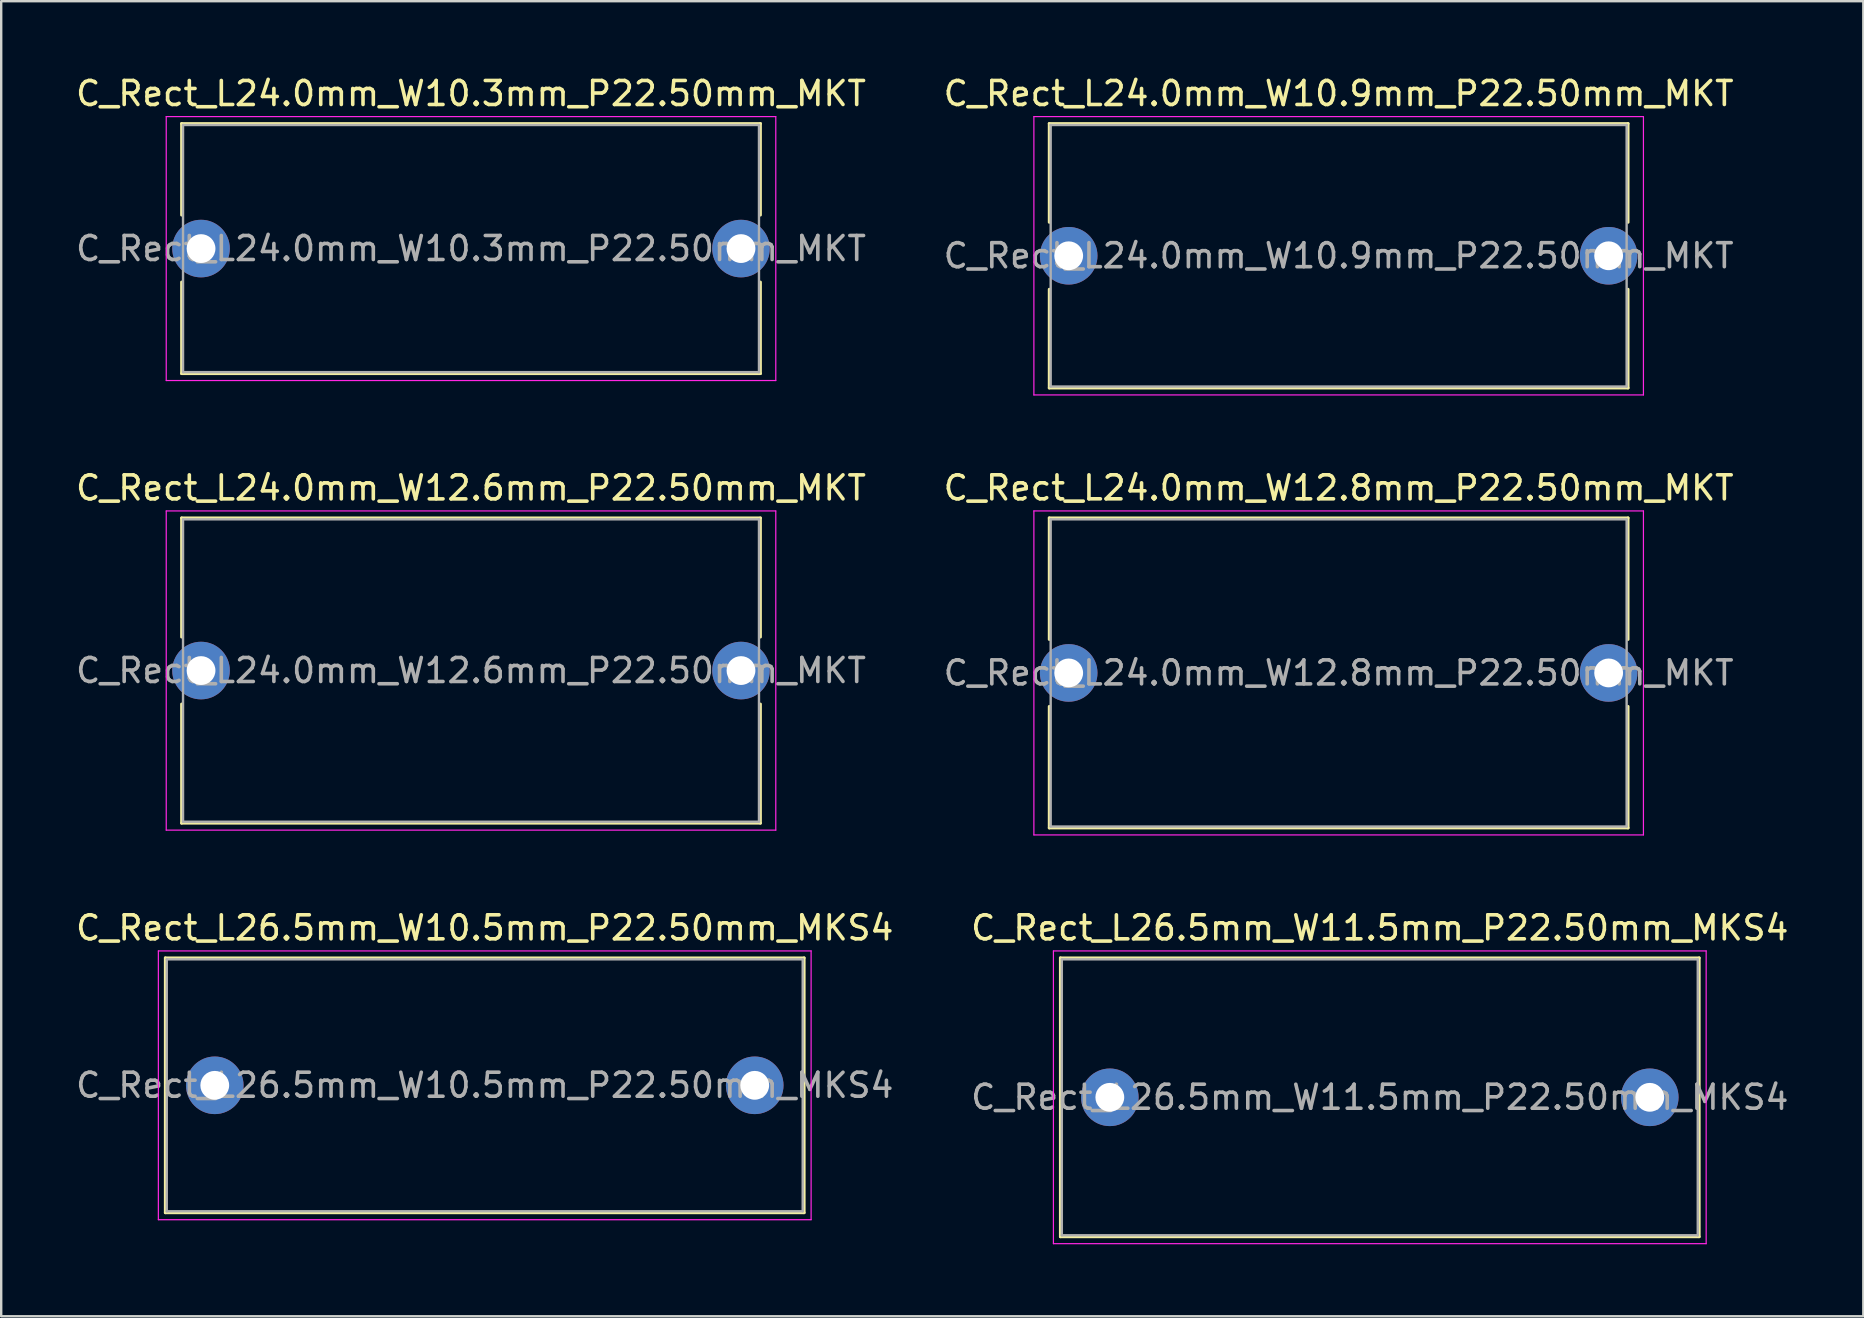
<source format=kicad_pcb>
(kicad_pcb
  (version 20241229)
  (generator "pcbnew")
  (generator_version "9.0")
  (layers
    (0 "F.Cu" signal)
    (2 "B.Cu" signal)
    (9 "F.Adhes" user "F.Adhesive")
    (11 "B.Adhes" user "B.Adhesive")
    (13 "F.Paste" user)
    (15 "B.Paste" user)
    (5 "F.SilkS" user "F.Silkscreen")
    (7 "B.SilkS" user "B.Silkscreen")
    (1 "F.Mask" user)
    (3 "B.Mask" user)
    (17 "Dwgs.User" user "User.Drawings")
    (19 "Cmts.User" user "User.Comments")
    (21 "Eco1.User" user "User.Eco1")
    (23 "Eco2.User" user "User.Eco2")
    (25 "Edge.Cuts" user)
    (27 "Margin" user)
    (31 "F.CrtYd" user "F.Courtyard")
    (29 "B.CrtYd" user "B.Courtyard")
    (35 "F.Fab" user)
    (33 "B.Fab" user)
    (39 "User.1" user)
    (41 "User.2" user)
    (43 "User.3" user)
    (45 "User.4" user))
  (footprint "C_Rect_L24.0mm_W12.6mm_P22.50mm_MKT"
    (layer "F.Cu")
    (at 5.327 24.892)
    (property "Reference" "C_Rect_L24.0mm_W12.6mm_P22.50mm_MKT" (at 11.25 -7.61 0) (layer "F.SilkS") (effects (font (size 1 1) (thickness 0.15))))
    (attr through_hole)
    (fp_line (start -0.81 -6.36) (end -0.81 -1.395) (stroke (width 0.12) (type solid)) (layer "F.SilkS"))
    (fp_line (start -0.81 -6.36) (end 23.31 -6.36) (stroke (width 0.12) (type solid)) (layer "F.SilkS"))
    (fp_line (start -0.81 1.395) (end -0.81 6.36) (stroke (width 0.12) (type solid)) (layer "F.SilkS"))
    (fp_line (start -0.81 6.36) (end 23.31 6.36) (stroke (width 0.12) (type solid)) (layer "F.SilkS"))
    (fp_line (start 23.31 -6.36) (end 23.31 -1.395) (stroke (width 0.12) (type solid)) (layer "F.SilkS"))
    (fp_line (start 23.31 1.395) (end 23.31 6.36) (stroke (width 0.12) (type solid)) (layer "F.SilkS"))
    (fp_line (start -1.45 -6.65) (end -1.45 6.65) (stroke (width 0.05) (type solid)) (layer "F.CrtYd"))
    (fp_line (start -1.45 6.65) (end 23.95 6.65) (stroke (width 0.05) (type solid)) (layer "F.CrtYd"))
    (fp_line (start 23.95 -6.65) (end -1.45 -6.65) (stroke (width 0.05) (type solid)) (layer "F.CrtYd"))
    (fp_line (start 23.95 6.65) (end 23.95 -6.65) (stroke (width 0.05) (type solid)) (layer "F.CrtYd"))
    (fp_line (start -0.75 -6.3) (end -0.75 6.3) (stroke (width 0.1) (type solid)) (layer "F.Fab"))
    (fp_line (start -0.75 6.3) (end 23.25 6.3) (stroke (width 0.1) (type solid)) (layer "F.Fab"))
    (fp_line (start 23.25 -6.3) (end -0.75 -6.3) (stroke (width 0.1) (type solid)) (layer "F.Fab"))
    (fp_line (start 23.25 6.3) (end 23.25 -6.3) (stroke (width 0.1) (type solid)) (layer "F.Fab"))
    (fp_text user "${REFERENCE}" (at 11.25 0 0) (layer "F.Fab") (effects (font (size 1 1) (thickness 0.15))))
    (pad "1" thru_hole circle (at 0 0) (size 2.4 2.4) (drill 1.2) (layers "*.Cu" "*.Mask"))
    (pad "2" thru_hole circle (at 22.5 0) (size 2.4 2.4) (drill 1.2) (layers "*.Cu" "*.Mask")))
  (footprint "C_Rect_L24.0mm_W12.8mm_P22.50mm_MKT"
    (layer "F.Cu")
    (at 41.482 24.991)
    (property "Reference" "C_Rect_L24.0mm_W12.8mm_P22.50mm_MKT" (at 11.25 -7.71 0) (layer "F.SilkS") (effects (font (size 1 1) (thickness 0.15))))
    (attr through_hole)
    (fp_line (start -0.81 -6.46) (end -0.81 -1.395) (stroke (width 0.12) (type solid)) (layer "F.SilkS"))
    (fp_line (start -0.81 -6.46) (end 23.31 -6.46) (stroke (width 0.12) (type solid)) (layer "F.SilkS"))
    (fp_line (start -0.81 1.395) (end -0.81 6.46) (stroke (width 0.12) (type solid)) (layer "F.SilkS"))
    (fp_line (start -0.81 6.46) (end 23.31 6.46) (stroke (width 0.12) (type solid)) (layer "F.SilkS"))
    (fp_line (start 23.31 -6.46) (end 23.31 -1.395) (stroke (width 0.12) (type solid)) (layer "F.SilkS"))
    (fp_line (start 23.31 1.395) (end 23.31 6.46) (stroke (width 0.12) (type solid)) (layer "F.SilkS"))
    (fp_line (start -1.45 -6.75) (end -1.45 6.75) (stroke (width 0.05) (type solid)) (layer "F.CrtYd"))
    (fp_line (start -1.45 6.75) (end 23.95 6.75) (stroke (width 0.05) (type solid)) (layer "F.CrtYd"))
    (fp_line (start 23.95 -6.75) (end -1.45 -6.75) (stroke (width 0.05) (type solid)) (layer "F.CrtYd"))
    (fp_line (start 23.95 6.75) (end 23.95 -6.75) (stroke (width 0.05) (type solid)) (layer "F.CrtYd"))
    (fp_line (start -0.75 -6.4) (end -0.75 6.4) (stroke (width 0.1) (type solid)) (layer "F.Fab"))
    (fp_line (start -0.75 6.4) (end 23.25 6.4) (stroke (width 0.1) (type solid)) (layer "F.Fab"))
    (fp_line (start 23.25 -6.4) (end -0.75 -6.4) (stroke (width 0.1) (type solid)) (layer "F.Fab"))
    (fp_line (start 23.25 6.4) (end 23.25 -6.4) (stroke (width 0.1) (type solid)) (layer "F.Fab"))
    (fp_text user "${REFERENCE}" (at 11.25 0 0) (layer "F.Fab") (effects (font (size 1 1) (thickness 0.15))))
    (pad "1" thru_hole circle (at 0 0) (size 2.4 2.4) (drill 1.2) (layers "*.Cu" "*.Mask"))
    (pad "2" thru_hole circle (at 22.5 0) (size 2.4 2.4) (drill 1.2) (layers "*.Cu" "*.Mask")))
  (footprint "C_Rect_L26.5mm_W10.5mm_P22.50mm_MKS4"
    (layer "F.Cu")
    (at 5.899 42.175)
    (property "Reference" "C_Rect_L26.5mm_W10.5mm_P22.50mm_MKS4" (at 11.25 -6.56 0) (layer "F.SilkS") (effects (font (size 1 1) (thickness 0.15))))
    (attr through_hole)
    (fp_line (start -2.06 -5.31) (end -2.06 5.31) (stroke (width 0.12) (type solid)) (layer "F.SilkS"))
    (fp_line (start -2.06 -5.31) (end 24.56 -5.31) (stroke (width 0.12) (type solid)) (layer "F.SilkS"))
    (fp_line (start -2.06 5.31) (end 24.56 5.31) (stroke (width 0.12) (type solid)) (layer "F.SilkS"))
    (fp_line (start 24.56 -5.31) (end 24.56 5.31) (stroke (width 0.12) (type solid)) (layer "F.SilkS"))
    (fp_line (start -2.35 -5.6) (end -2.35 5.6) (stroke (width 0.05) (type solid)) (layer "F.CrtYd"))
    (fp_line (start -2.35 5.6) (end 24.85 5.6) (stroke (width 0.05) (type solid)) (layer "F.CrtYd"))
    (fp_line (start 24.85 -5.6) (end -2.35 -5.6) (stroke (width 0.05) (type solid)) (layer "F.CrtYd"))
    (fp_line (start 24.85 5.6) (end 24.85 -5.6) (stroke (width 0.05) (type solid)) (layer "F.CrtYd"))
    (fp_line (start -2 -5.25) (end -2 5.25) (stroke (width 0.1) (type solid)) (layer "F.Fab"))
    (fp_line (start -2 5.25) (end 24.5 5.25) (stroke (width 0.1) (type solid)) (layer "F.Fab"))
    (fp_line (start 24.5 -5.25) (end -2 -5.25) (stroke (width 0.1) (type solid)) (layer "F.Fab"))
    (fp_line (start 24.5 5.25) (end 24.5 -5.25) (stroke (width 0.1) (type solid)) (layer "F.Fab"))
    (fp_text user "${REFERENCE}" (at 11.25 0 0) (layer "F.Fab") (effects (font (size 1 1) (thickness 0.15))))
    (pad "1" thru_hole circle (at 0 0) (size 2.4 2.4) (drill 1.2) (layers "*.Cu" "*.Mask"))
    (pad "2" thru_hole circle (at 22.5 0) (size 2.4 2.4) (drill 1.2) (layers "*.Cu" "*.Mask")))
  (footprint "C_Rect_L26.5mm_W11.5mm_P22.50mm_MKS4"
    (layer "F.Cu")
    (at 43.196 42.675)
    (property "Reference" "C_Rect_L26.5mm_W11.5mm_P22.50mm_MKS4" (at 11.25 -7.06 0) (layer "F.SilkS") (effects (font (size 1 1) (thickness 0.15))))
    (attr through_hole)
    (fp_line (start -2.06 -5.81) (end -2.06 5.81) (stroke (width 0.12) (type solid)) (layer "F.SilkS"))
    (fp_line (start -2.06 -5.81) (end 24.56 -5.81) (stroke (width 0.12) (type solid)) (layer "F.SilkS"))
    (fp_line (start -2.06 5.81) (end 24.56 5.81) (stroke (width 0.12) (type solid)) (layer "F.SilkS"))
    (fp_line (start 24.56 -5.81) (end 24.56 5.81) (stroke (width 0.12) (type solid)) (layer "F.SilkS"))
    (fp_line (start -2.35 -6.1) (end -2.35 6.1) (stroke (width 0.05) (type solid)) (layer "F.CrtYd"))
    (fp_line (start -2.35 6.1) (end 24.85 6.1) (stroke (width 0.05) (type solid)) (layer "F.CrtYd"))
    (fp_line (start 24.85 -6.1) (end -2.35 -6.1) (stroke (width 0.05) (type solid)) (layer "F.CrtYd"))
    (fp_line (start 24.85 6.1) (end 24.85 -6.1) (stroke (width 0.05) (type solid)) (layer "F.CrtYd"))
    (fp_line (start -2 -5.75) (end -2 5.75) (stroke (width 0.1) (type solid)) (layer "F.Fab"))
    (fp_line (start -2 5.75) (end 24.5 5.75) (stroke (width 0.1) (type solid)) (layer "F.Fab"))
    (fp_line (start 24.5 -5.75) (end -2 -5.75) (stroke (width 0.1) (type solid)) (layer "F.Fab"))
    (fp_line (start 24.5 5.75) (end 24.5 -5.75) (stroke (width 0.1) (type solid)) (layer "F.Fab"))
    (fp_text user "${REFERENCE}" (at 11.25 0 0) (layer "F.Fab") (effects (font (size 1 1) (thickness 0.15))))
    (pad "1" thru_hole circle (at 0 0) (size 2.4 2.4) (drill 1.2) (layers "*.Cu" "*.Mask"))
    (pad "2" thru_hole circle (at 22.5 0) (size 2.4 2.4) (drill 1.2) (layers "*.Cu" "*.Mask")))
  (footprint "C_Rect_L24.0mm_W10.9mm_P22.50mm_MKT"
    (layer "F.Cu")
    (at 41.482 7.608)
    (property "Reference" "C_Rect_L24.0mm_W10.9mm_P22.50mm_MKT" (at 11.25 -6.76 0) (layer "F.SilkS") (effects (font (size 1 1) (thickness 0.15))))
    (attr through_hole)
    (fp_line (start -0.81 -5.51) (end -0.81 -1.395) (stroke (width 0.12) (type solid)) (layer "F.SilkS"))
    (fp_line (start -0.81 -5.51) (end 23.31 -5.51) (stroke (width 0.12) (type solid)) (layer "F.SilkS"))
    (fp_line (start -0.81 1.395) (end -0.81 5.51) (stroke (width 0.12) (type solid)) (layer "F.SilkS"))
    (fp_line (start -0.81 5.51) (end 23.31 5.51) (stroke (width 0.12) (type solid)) (layer "F.SilkS"))
    (fp_line (start 23.31 -5.51) (end 23.31 -1.395) (stroke (width 0.12) (type solid)) (layer "F.SilkS"))
    (fp_line (start 23.31 1.395) (end 23.31 5.51) (stroke (width 0.12) (type solid)) (layer "F.SilkS"))
    (fp_line (start -1.45 -5.8) (end -1.45 5.8) (stroke (width 0.05) (type solid)) (layer "F.CrtYd"))
    (fp_line (start -1.45 5.8) (end 23.95 5.8) (stroke (width 0.05) (type solid)) (layer "F.CrtYd"))
    (fp_line (start 23.95 -5.8) (end -1.45 -5.8) (stroke (width 0.05) (type solid)) (layer "F.CrtYd"))
    (fp_line (start 23.95 5.8) (end 23.95 -5.8) (stroke (width 0.05) (type solid)) (layer "F.CrtYd"))
    (fp_line (start -0.75 -5.45) (end -0.75 5.45) (stroke (width 0.1) (type solid)) (layer "F.Fab"))
    (fp_line (start -0.75 5.45) (end 23.25 5.45) (stroke (width 0.1) (type solid)) (layer "F.Fab"))
    (fp_line (start 23.25 -5.45) (end -0.75 -5.45) (stroke (width 0.1) (type solid)) (layer "F.Fab"))
    (fp_line (start 23.25 5.45) (end 23.25 -5.45) (stroke (width 0.1) (type solid)) (layer "F.Fab"))
    (fp_text user "${REFERENCE}" (at 11.25 0 0) (layer "F.Fab") (effects (font (size 1 1) (thickness 0.15))))
    (pad "1" thru_hole circle (at 0 0) (size 2.4 2.4) (drill 1.2) (layers "*.Cu" "*.Mask"))
    (pad "2" thru_hole circle (at 22.5 0) (size 2.4 2.4) (drill 1.2) (layers "*.Cu" "*.Mask")))
  (footprint "C_Rect_L24.0mm_W10.3mm_P22.50mm_MKT"
    (layer "F.Cu")
    (at 5.327 7.308)
    (property "Reference" "C_Rect_L24.0mm_W10.3mm_P22.50mm_MKT" (at 11.25 -6.46 0) (layer "F.SilkS") (effects (font (size 1 1) (thickness 0.15))))
    (attr through_hole)
    (fp_line (start -0.81 -5.21) (end -0.81 -1.395) (stroke (width 0.12) (type solid)) (layer "F.SilkS"))
    (fp_line (start -0.81 -5.21) (end 23.31 -5.21) (stroke (width 0.12) (type solid)) (layer "F.SilkS"))
    (fp_line (start -0.81 1.395) (end -0.81 5.21) (stroke (width 0.12) (type solid)) (layer "F.SilkS"))
    (fp_line (start -0.81 5.21) (end 23.31 5.21) (stroke (width 0.12) (type solid)) (layer "F.SilkS"))
    (fp_line (start 23.31 -5.21) (end 23.31 -1.395) (stroke (width 0.12) (type solid)) (layer "F.SilkS"))
    (fp_line (start 23.31 1.395) (end 23.31 5.21) (stroke (width 0.12) (type solid)) (layer "F.SilkS"))
    (fp_line (start -1.45 -5.5) (end -1.45 5.5) (stroke (width 0.05) (type solid)) (layer "F.CrtYd"))
    (fp_line (start -1.45 5.5) (end 23.95 5.5) (stroke (width 0.05) (type solid)) (layer "F.CrtYd"))
    (fp_line (start 23.95 -5.5) (end -1.45 -5.5) (stroke (width 0.05) (type solid)) (layer "F.CrtYd"))
    (fp_line (start 23.95 5.5) (end 23.95 -5.5) (stroke (width 0.05) (type solid)) (layer "F.CrtYd"))
    (fp_line (start -0.75 -5.15) (end -0.75 5.15) (stroke (width 0.1) (type solid)) (layer "F.Fab"))
    (fp_line (start -0.75 5.15) (end 23.25 5.15) (stroke (width 0.1) (type solid)) (layer "F.Fab"))
    (fp_line (start 23.25 -5.15) (end -0.75 -5.15) (stroke (width 0.1) (type solid)) (layer "F.Fab"))
    (fp_line (start 23.25 5.15) (end 23.25 -5.15) (stroke (width 0.1) (type solid)) (layer "F.Fab"))
    (fp_text user "${REFERENCE}" (at 11.25 0 0) (layer "F.Fab") (effects (font (size 1 1) (thickness 0.15))))
    (pad "1" thru_hole circle (at 0 0) (size 2.4 2.4) (drill 1.2) (layers "*.Cu" "*.Mask"))
    (pad "2" thru_hole circle (at 22.5 0) (size 2.4 2.4) (drill 1.2) (layers "*.Cu" "*.Mask")))
  (gr_rect
    (start -3 -3)
    (end 74.595 51.8)
    (stroke (width 0.1) (type default))
    (fill no)
    (layer "Edge.Cuts")))
</source>
